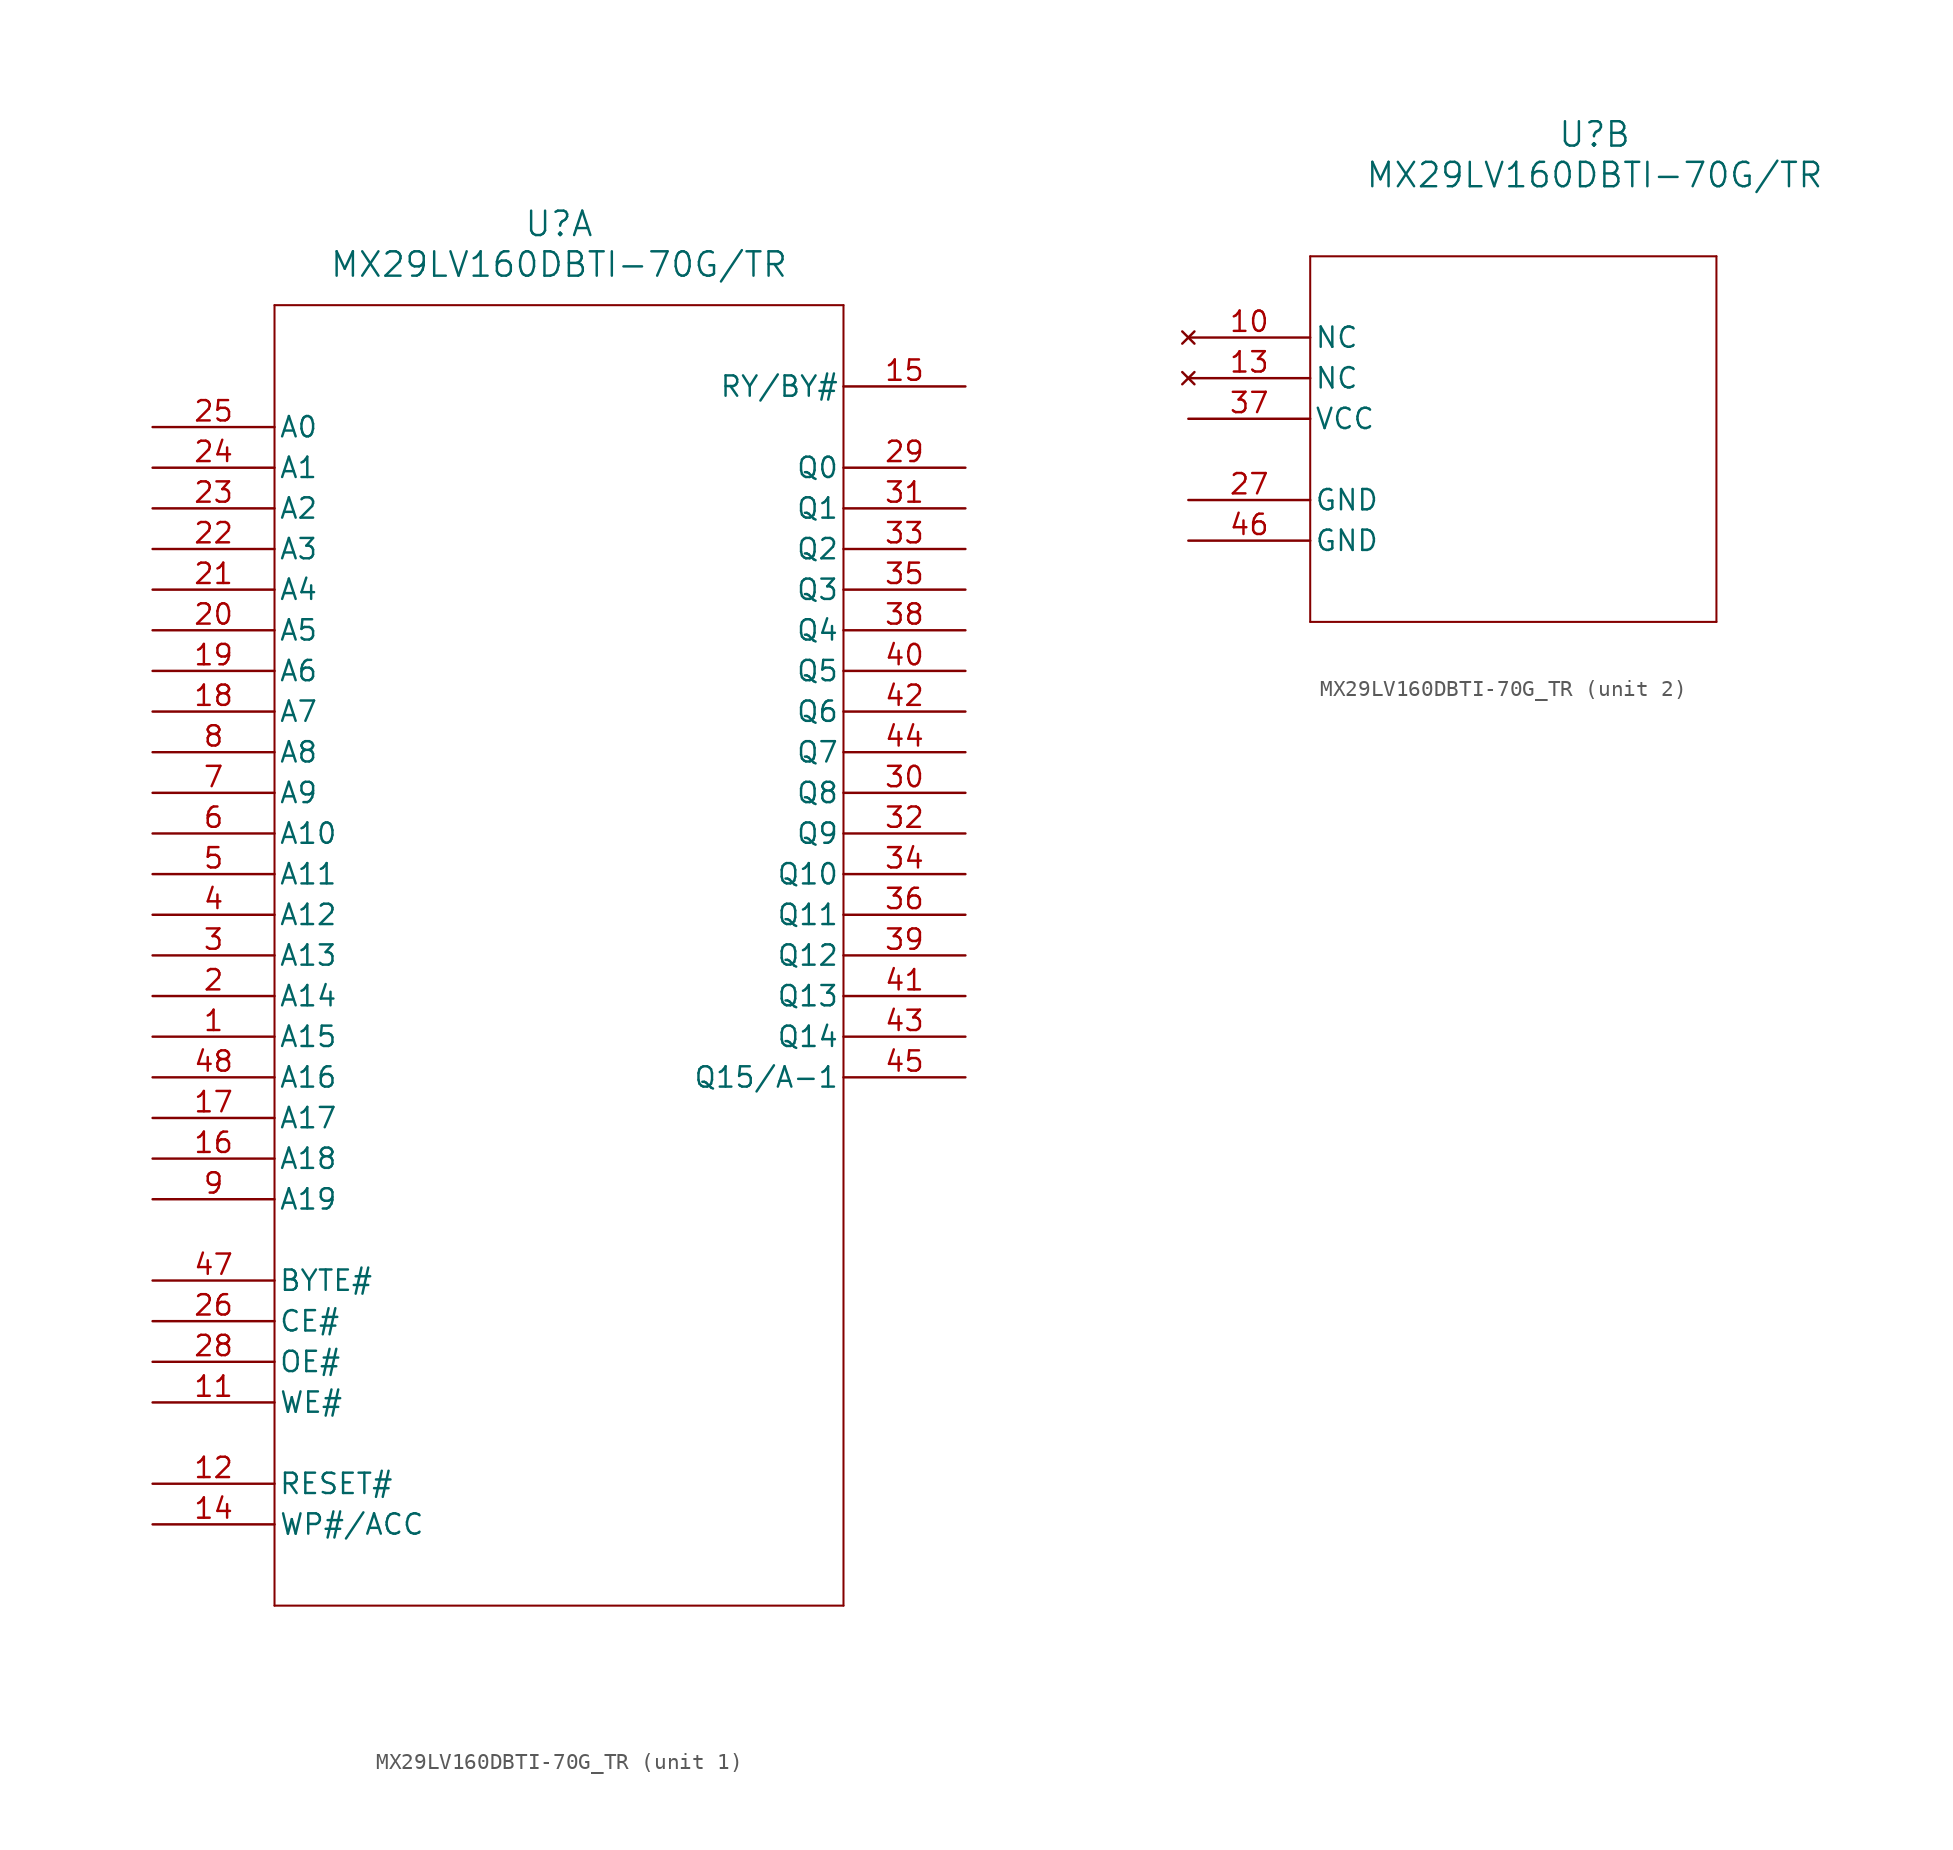
<source format=kicad_sym>
(kicad_symbol_lib
  (version 20211014)
  (generator kicad_symbol_editor)
  (symbol "MX29LV160DBTI-70G_TR"
    (pin_names
      (offset 0.254))
    (property "Reference" "U"
      (at 25.4 12.7 0)
      (effects (font (size 1.524 1.524))))
    (property "Value" "MX29LV160DBTI-70G/TR"
      (at 25.4 10.16 0)
      (effects (font (size 1.524 1.524))))
    (symbol "MX29LV160DBTI-70G_TR_1_1"
      (polyline (pts (xy 7.62 7.62) (xy 7.62 -73.66)) (stroke (width 0.127) (type default) (color 0 0 0 0)) (fill (type none)))
      (polyline (pts (xy 7.62 -73.66) (xy 43.18 -73.66)) (stroke (width 0.127) (type default) (color 0 0 0 0)) (fill (type none)))
      (polyline (pts (xy 43.18 -73.66) (xy 43.18 7.62)) (stroke (width 0.127) (type default) (color 0 0 0 0)) (fill (type none)))
      (polyline (pts (xy 43.18 7.62) (xy 7.62 7.62)) (stroke (width 0.127) (type default) (color 0 0 0 0)) (fill (type none)))
      (pin input line (at 0 -38.1 0) (length 7.62) (name "A15" (effects (font (size 1.27 1.27)))) (number "1" (effects (font (size 1.27 1.27)))))
      (pin input line (at 0 -35.56 0) (length 7.62) (name "A14" (effects (font (size 1.27 1.27)))) (number "2" (effects (font (size 1.27 1.27)))))
      (pin input line (at 0 -33.02 0) (length 7.62) (name "A13" (effects (font (size 1.27 1.27)))) (number "3" (effects (font (size 1.27 1.27)))))
      (pin input line (at 0 -30.48 0) (length 7.62) (name "A12" (effects (font (size 1.27 1.27)))) (number "4" (effects (font (size 1.27 1.27)))))
      (pin input line (at 0 -27.94 0) (length 7.62) (name "A11" (effects (font (size 1.27 1.27)))) (number "5" (effects (font (size 1.27 1.27)))))
      (pin input line (at 0 -25.4 0) (length 7.62) (name "A10" (effects (font (size 1.27 1.27)))) (number "6" (effects (font (size 1.27 1.27)))))
      (pin input line (at 0 -22.86 0) (length 7.62) (name "A9" (effects (font (size 1.27 1.27)))) (number "7" (effects (font (size 1.27 1.27)))))
      (pin input line (at 0 -20.32 0) (length 7.62) (name "A8" (effects (font (size 1.27 1.27)))) (number "8" (effects (font (size 1.27 1.27)))))
      (pin input line (at 0 -48.26 0) (length 7.62) (name "A19" (effects (font (size 1.27 1.27)))) (number "9" (effects (font (size 1.27 1.27)))))
      (pin input line (at 0 -60.96 0) (length 7.62) (name "WE#" (effects (font (size 1.27 1.27)))) (number "11" (effects (font (size 1.27 1.27)))))
      (pin unspecified line (at 0 -66.04 0) (length 7.62) (name "RESET#" (effects (font (size 1.27 1.27)))) (number "12" (effects (font (size 1.27 1.27)))))
      (pin unspecified line (at 0 -68.58 0) (length 7.62) (name "WP#/ACC" (effects (font (size 1.27 1.27)))) (number "14" (effects (font (size 1.27 1.27)))))
      (pin output line (at 50.8 2.54 180) (length 7.62) (name "RY/BY#" (effects (font (size 1.27 1.27)))) (number "15" (effects (font (size 1.27 1.27)))))
      (pin input line (at 0 -45.72 0) (length 7.62) (name "A18" (effects (font (size 1.27 1.27)))) (number "16" (effects (font (size 1.27 1.27)))))
      (pin input line (at 0 -43.18 0) (length 7.62) (name "A17" (effects (font (size 1.27 1.27)))) (number "17" (effects (font (size 1.27 1.27)))))
      (pin input line (at 0 -17.78 0) (length 7.62) (name "A7" (effects (font (size 1.27 1.27)))) (number "18" (effects (font (size 1.27 1.27)))))
      (pin input line (at 0 -15.24 0) (length 7.62) (name "A6" (effects (font (size 1.27 1.27)))) (number "19" (effects (font (size 1.27 1.27)))))
      (pin input line (at 0 -12.7 0) (length 7.62) (name "A5" (effects (font (size 1.27 1.27)))) (number "20" (effects (font (size 1.27 1.27)))))
      (pin input line (at 0 -10.16 0) (length 7.62) (name "A4" (effects (font (size 1.27 1.27)))) (number "21" (effects (font (size 1.27 1.27)))))
      (pin input line (at 0 -7.62 0) (length 7.62) (name "A3" (effects (font (size 1.27 1.27)))) (number "22" (effects (font (size 1.27 1.27)))))
      (pin input line (at 0 -5.08 0) (length 7.62) (name "A2" (effects (font (size 1.27 1.27)))) (number "23" (effects (font (size 1.27 1.27)))))
      (pin input line (at 0 -2.54 0) (length 7.62) (name "A1" (effects (font (size 1.27 1.27)))) (number "24" (effects (font (size 1.27 1.27)))))
      (pin input line (at 0 0 0) (length 7.62) (name "A0" (effects (font (size 1.27 1.27)))) (number "25" (effects (font (size 1.27 1.27)))))
      (pin input line (at 0 -55.88 0) (length 7.62) (name "CE#" (effects (font (size 1.27 1.27)))) (number "26" (effects (font (size 1.27 1.27)))))
      (pin input line (at 0 -58.42 0) (length 7.62) (name "OE#" (effects (font (size 1.27 1.27)))) (number "28" (effects (font (size 1.27 1.27)))))
      (pin bidirectional line (at 50.8 -2.54 180) (length 7.62) (name "Q0" (effects (font (size 1.27 1.27)))) (number "29" (effects (font (size 1.27 1.27)))))
      (pin bidirectional line (at 50.8 -22.86 180) (length 7.62) (name "Q8" (effects (font (size 1.27 1.27)))) (number "30" (effects (font (size 1.27 1.27)))))
      (pin bidirectional line (at 50.8 -5.08 180) (length 7.62) (name "Q1" (effects (font (size 1.27 1.27)))) (number "31" (effects (font (size 1.27 1.27)))))
      (pin bidirectional line (at 50.8 -25.4 180) (length 7.62) (name "Q9" (effects (font (size 1.27 1.27)))) (number "32" (effects (font (size 1.27 1.27)))))
      (pin bidirectional line (at 50.8 -7.62 180) (length 7.62) (name "Q2" (effects (font (size 1.27 1.27)))) (number "33" (effects (font (size 1.27 1.27)))))
      (pin bidirectional line (at 50.8 -27.94 180) (length 7.62) (name "Q10" (effects (font (size 1.27 1.27)))) (number "34" (effects (font (size 1.27 1.27)))))
      (pin bidirectional line (at 50.8 -10.16 180) (length 7.62) (name "Q3" (effects (font (size 1.27 1.27)))) (number "35" (effects (font (size 1.27 1.27)))))
      (pin bidirectional line (at 50.8 -30.48 180) (length 7.62) (name "Q11" (effects (font (size 1.27 1.27)))) (number "36" (effects (font (size 1.27 1.27)))))
      (pin bidirectional line (at 50.8 -12.7 180) (length 7.62) (name "Q4" (effects (font (size 1.27 1.27)))) (number "38" (effects (font (size 1.27 1.27)))))
      (pin bidirectional line (at 50.8 -33.02 180) (length 7.62) (name "Q12" (effects (font (size 1.27 1.27)))) (number "39" (effects (font (size 1.27 1.27)))))
      (pin bidirectional line (at 50.8 -15.24 180) (length 7.62) (name "Q5" (effects (font (size 1.27 1.27)))) (number "40" (effects (font (size 1.27 1.27)))))
      (pin bidirectional line (at 50.8 -35.56 180) (length 7.62) (name "Q13" (effects (font (size 1.27 1.27)))) (number "41" (effects (font (size 1.27 1.27)))))
      (pin bidirectional line (at 50.8 -17.78 180) (length 7.62) (name "Q6" (effects (font (size 1.27 1.27)))) (number "42" (effects (font (size 1.27 1.27)))))
      (pin bidirectional line (at 50.8 -38.1 180) (length 7.62) (name "Q14" (effects (font (size 1.27 1.27)))) (number "43" (effects (font (size 1.27 1.27)))))
      (pin bidirectional line (at 50.8 -20.32 180) (length 7.62) (name "Q7" (effects (font (size 1.27 1.27)))) (number "44" (effects (font (size 1.27 1.27)))))
      (pin bidirectional line (at 50.8 -40.64 180) (length 7.62) (name "Q15/A-1" (effects (font (size 1.27 1.27)))) (number "45" (effects (font (size 1.27 1.27)))))
      (pin input line (at 0 -53.34 0) (length 7.62) (name "BYTE#" (effects (font (size 1.27 1.27)))) (number "47" (effects (font (size 1.27 1.27)))))
      (pin input line (at 0 -40.64 0) (length 7.62) (name "A16" (effects (font (size 1.27 1.27)))) (number "48" (effects (font (size 1.27 1.27))))))
    (symbol "MX29LV160DBTI-70G_TR_2_1"
      (polyline (pts (xy 7.62 5.08) (xy 7.62 -17.78)) (stroke (width 0.127) (type default) (color 0 0 0 0)) (fill (type none)))
      (polyline (pts (xy 7.62 -17.78) (xy 33.02 -17.78)) (stroke (width 0.127) (type default) (color 0 0 0 0)) (fill (type none)))
      (polyline (pts (xy 33.02 -17.78) (xy 33.02 5.08)) (stroke (width 0.127) (type default) (color 0 0 0 0)) (fill (type none)))
      (polyline (pts (xy 33.02 5.08) (xy 7.62 5.08)) (stroke (width 0.127) (type default) (color 0 0 0 0)) (fill (type none)))
      (pin no_connect line (at 0 0 0) (length 7.62) (name "NC" (effects (font (size 1.27 1.27)))) (number "10" (effects (font (size 1.27 1.27)))))
      (pin no_connect line (at 0 -2.54 0) (length 7.62) (name "NC" (effects (font (size 1.27 1.27)))) (number "13" (effects (font (size 1.27 1.27)))))
      (pin power_out line (at 0 -10.16 0) (length 7.62) (name "GND" (effects (font (size 1.27 1.27)))) (number "27" (effects (font (size 1.27 1.27)))))
      (pin power_in line (at 0 -5.08 0) (length 7.62) (name "VCC" (effects (font (size 1.27 1.27)))) (number "37" (effects (font (size 1.27 1.27)))))
      (pin power_out line (at 0 -12.7 0) (length 7.62) (name "GND" (effects (font (size 1.27 1.27)))) (number "46" (effects (font (size 1.27 1.27))))))))
</source>
